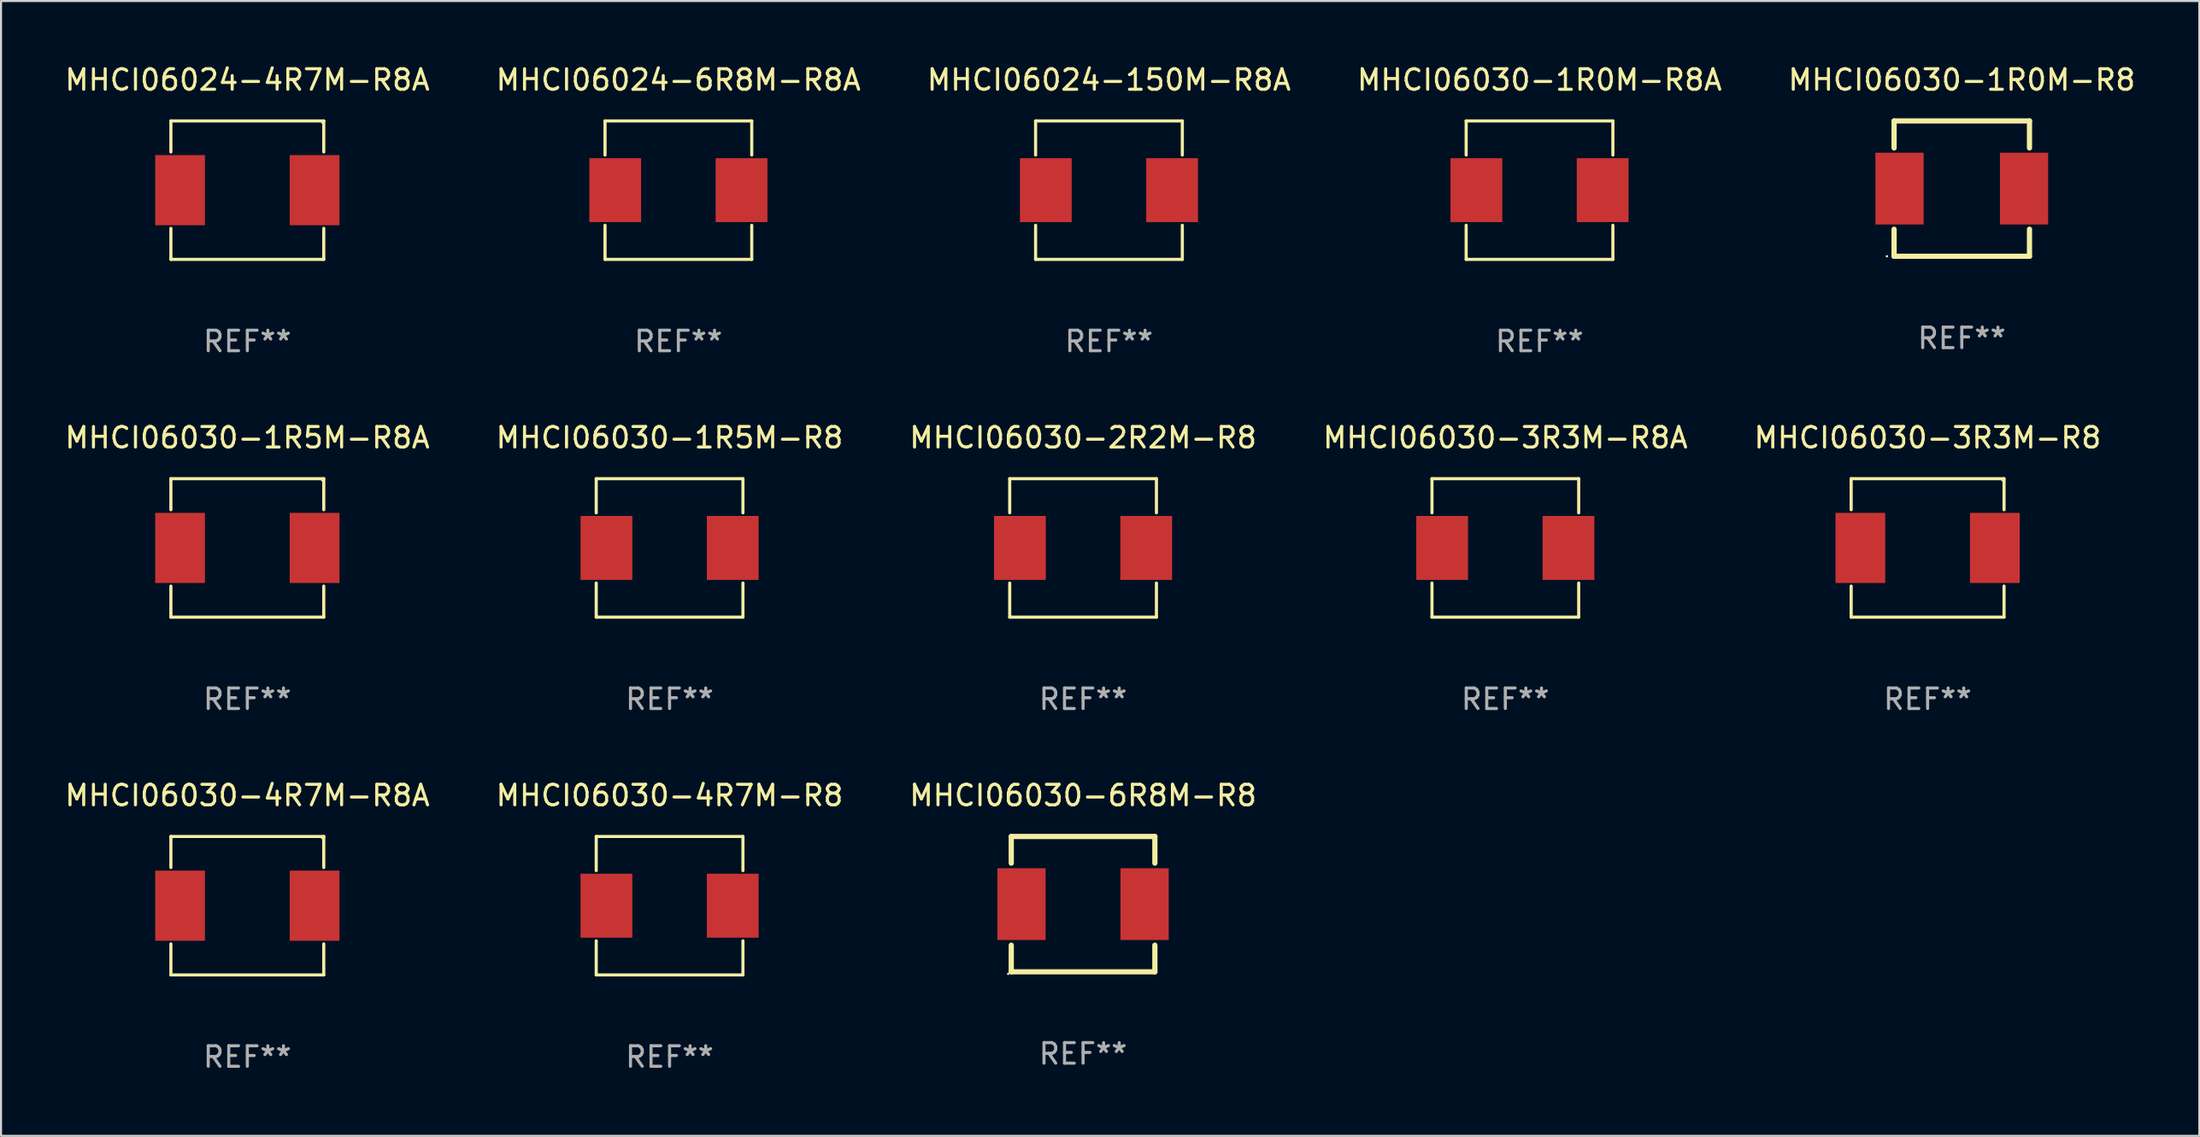
<source format=kicad_pcb>
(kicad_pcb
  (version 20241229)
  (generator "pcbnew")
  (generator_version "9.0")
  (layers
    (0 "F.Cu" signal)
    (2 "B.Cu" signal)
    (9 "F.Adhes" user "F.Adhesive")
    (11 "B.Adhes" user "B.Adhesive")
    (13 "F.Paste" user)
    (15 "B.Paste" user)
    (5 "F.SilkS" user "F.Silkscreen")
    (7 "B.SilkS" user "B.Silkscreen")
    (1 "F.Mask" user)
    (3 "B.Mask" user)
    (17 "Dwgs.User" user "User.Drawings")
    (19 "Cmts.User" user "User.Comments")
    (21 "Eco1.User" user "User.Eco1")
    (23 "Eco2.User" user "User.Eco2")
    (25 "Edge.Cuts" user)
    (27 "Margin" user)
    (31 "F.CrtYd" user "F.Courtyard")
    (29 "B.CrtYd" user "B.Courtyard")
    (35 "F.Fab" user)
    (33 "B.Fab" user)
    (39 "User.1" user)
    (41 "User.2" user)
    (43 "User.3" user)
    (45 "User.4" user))
  (footprint "MHCI06030-1R0M-R8A"
    (layer "F.Cu")
    (at 71.994 6.224)
    (property "Reference" "MHCI06030-1R0M-R8A" (at 0 -5.376 0) (layer "F.SilkS") (effects (font (size 1 1) (thickness 0.15))))
    (attr through_hole)
    (fp_line (start -3.576 -3.376) (end 3.576 -3.376) (stroke (width 0.152) (type solid)) (layer "F.SilkS"))
    (fp_line (start -3.576 -1.712) (end -3.576 -3.376) (stroke (width 0.152) (type solid)) (layer "F.SilkS"))
    (fp_line (start -3.576 1.712) (end -3.576 3.376) (stroke (width 0.152) (type solid)) (layer "F.SilkS"))
    (fp_line (start -3.576 3.376) (end 3.576 3.376) (stroke (width 0.152) (type solid)) (layer "F.SilkS"))
    (fp_line (start 3.576 -3.376) (end 3.576 -1.712) (stroke (width 0.152) (type solid)) (layer "F.SilkS"))
    (fp_line (start 3.576 3.376) (end 3.576 1.712) (stroke (width 0.152) (type solid)) (layer "F.SilkS"))
    (fp_circle (center -3.552 3.307) (end -3.522 3.307) (stroke (width 0.06) (type solid)) (fill no) (layer "F.SilkS"))
    (fp_text user "REF**" (at 0 7.376 0) (layer "F.Fab") (effects (font (size 1 1) (thickness 0.15))))
    (pad "1" smd rect (at -3.078 0) (size 2.524 3.12) (layers "F.Cu" "F.Mask" "F.Paste"))
    (pad "2" smd rect (at 3.078 0) (size 2.524 3.12) (layers "F.Cu" "F.Mask" "F.Paste")))
  (footprint "MHCI06030-3R3M-R8"
    (layer "F.Cu")
    (at 90.911 23.673)
    (property "Reference" "MHCI06030-3R3M-R8" (at 0 -5.376 0) (layer "F.SilkS") (effects (font (size 1 1) (thickness 0.15))))
    (attr through_hole)
    (fp_line (start -3.726 -3.376) (end 3.726 -3.376) (stroke (width 0.152) (type solid)) (layer "F.SilkS"))
    (fp_line (start -3.726 -1.862) (end -3.726 -3.376) (stroke (width 0.152) (type solid)) (layer "F.SilkS"))
    (fp_line (start -3.726 1.862) (end -3.726 3.376) (stroke (width 0.152) (type solid)) (layer "F.SilkS"))
    (fp_line (start -3.726 3.376) (end 3.726 3.376) (stroke (width 0.152) (type solid)) (layer "F.SilkS"))
    (fp_line (start 3.726 -3.376) (end 3.726 -1.862) (stroke (width 0.152) (type solid)) (layer "F.SilkS"))
    (fp_line (start 3.726 3.376) (end 3.726 1.862) (stroke (width 0.152) (type solid)) (layer "F.SilkS"))
    (fp_circle (center 3.65 -3.3) (end 3.68 -3.3) (stroke (width 0.06) (type solid)) (fill no) (layer "F.SilkS"))
    (fp_text user "REF**" (at 0 7.376 0) (layer "F.Fab") (effects (font (size 1 1) (thickness 0.15))))
    (pad "1" smd rect (at 3.278 0) (size 2.424 3.42) (layers "F.Cu" "F.Mask" "F.Paste"))
    (pad "2" smd rect (at -3.278 0) (size 2.424 3.42) (layers "F.Cu" "F.Mask" "F.Paste")))
  (footprint "MHCI06030-1R0M-R8"
    (layer "F.Cu")
    (at 92.577 6.148)
    (property "Reference" "MHCI06030-1R0M-R8" (at 0 -5.3 0) (layer "F.SilkS") (effects (font (size 1 1) (thickness 0.15))))
    (attr through_hole)
    (fp_line (start -3.3 -3.3) (end 3.3 -3.3) (stroke (width 0.254) (type solid)) (layer "F.SilkS"))
    (fp_line (start -3.3 -1.981) (end -3.3 -3.3) (stroke (width 0.254) (type solid)) (layer "F.SilkS"))
    (fp_line (start -3.3 3.3) (end -3.3 1.981) (stroke (width 0.254) (type solid)) (layer "F.SilkS"))
    (fp_line (start 3.3 -3.3) (end 3.3 -1.981) (stroke (width 0.254) (type solid)) (layer "F.SilkS"))
    (fp_line (start 3.3 1.981) (end 3.3 3.3) (stroke (width 0.254) (type solid)) (layer "F.SilkS"))
    (fp_line (start 3.3 3.3) (end -3.3 3.3) (stroke (width 0.254) (type solid)) (layer "F.SilkS"))
    (fp_circle (center -3.65 3.3) (end -3.62 3.3) (stroke (width 0.06) (type solid)) (fill no) (layer "F.SilkS"))
    (fp_text user "REF**" (at 0 7.3 0) (layer "F.Fab") (effects (font (size 1 1) (thickness 0.15))))
    (pad "1" smd rect (at -3.035 0) (size 2.35 3.5) (layers "F.Cu" "F.Mask" "F.Paste"))
    (pad "2" smd rect (at 3.035 0) (size 2.35 3.5) (layers "F.Cu" "F.Mask" "F.Paste")))
  (footprint "MHCI06024-150M-R8A"
    (layer "F.Cu")
    (at 51.006 6.224)
    (property "Reference" "MHCI06024-150M-R8A" (at 0 -5.376 0) (layer "F.SilkS") (effects (font (size 1 1) (thickness 0.15))))
    (attr through_hole)
    (fp_line (start -3.576 -3.376) (end 3.576 -3.376) (stroke (width 0.152) (type solid)) (layer "F.SilkS"))
    (fp_line (start -3.576 -1.712) (end -3.576 -3.376) (stroke (width 0.152) (type solid)) (layer "F.SilkS"))
    (fp_line (start -3.576 1.712) (end -3.576 3.376) (stroke (width 0.152) (type solid)) (layer "F.SilkS"))
    (fp_line (start -3.576 3.376) (end 3.576 3.376) (stroke (width 0.152) (type solid)) (layer "F.SilkS"))
    (fp_line (start 3.576 -3.376) (end 3.576 -1.712) (stroke (width 0.152) (type solid)) (layer "F.SilkS"))
    (fp_line (start 3.576 3.376) (end 3.576 1.712) (stroke (width 0.152) (type solid)) (layer "F.SilkS"))
    (fp_circle (center -3.552 3.307) (end -3.522 3.307) (stroke (width 0.06) (type solid)) (fill no) (layer "F.SilkS"))
    (fp_text user "REF**" (at 0 7.376 0) (layer "F.Fab") (effects (font (size 1 1) (thickness 0.15))))
    (pad "1" smd rect (at -3.078 0) (size 2.524 3.12) (layers "F.Cu" "F.Mask" "F.Paste"))
    (pad "2" smd rect (at 3.078 0) (size 2.524 3.12) (layers "F.Cu" "F.Mask" "F.Paste")))
  (footprint "MHCI06030-1R5M-R8A"
    (layer "F.Cu")
    (at 9.006 23.673)
    (property "Reference" "MHCI06030-1R5M-R8A" (at 0 -5.376 0) (layer "F.SilkS") (effects (font (size 1 1) (thickness 0.15))))
    (attr through_hole)
    (fp_line (start -3.726 -3.376) (end 3.726 -3.376) (stroke (width 0.152) (type solid)) (layer "F.SilkS"))
    (fp_line (start -3.726 -1.862) (end -3.726 -3.376) (stroke (width 0.152) (type solid)) (layer "F.SilkS"))
    (fp_line (start -3.726 1.862) (end -3.726 3.376) (stroke (width 0.152) (type solid)) (layer "F.SilkS"))
    (fp_line (start -3.726 3.376) (end 3.726 3.376) (stroke (width 0.152) (type solid)) (layer "F.SilkS"))
    (fp_line (start 3.726 -3.376) (end 3.726 -1.862) (stroke (width 0.152) (type solid)) (layer "F.SilkS"))
    (fp_line (start 3.726 3.376) (end 3.726 1.862) (stroke (width 0.152) (type solid)) (layer "F.SilkS"))
    (fp_circle (center 3.65 -3.3) (end 3.68 -3.3) (stroke (width 0.06) (type solid)) (fill no) (layer "F.SilkS"))
    (fp_text user "REF**" (at 0 7.376 0) (layer "F.Fab") (effects (font (size 1 1) (thickness 0.15))))
    (pad "1" smd rect (at 3.278 0) (size 2.424 3.42) (layers "F.Cu" "F.Mask" "F.Paste"))
    (pad "2" smd rect (at -3.278 0) (size 2.424 3.42) (layers "F.Cu" "F.Mask" "F.Paste")))
  (footprint "MHCI06030-4R7M-R8"
    (layer "F.Cu")
    (at 29.589 41.122)
    (property "Reference" "MHCI06030-4R7M-R8" (at 0 -5.376 0) (layer "F.SilkS") (effects (font (size 1 1) (thickness 0.15))))
    (attr through_hole)
    (fp_line (start -3.576 -3.376) (end 3.576 -3.376) (stroke (width 0.152) (type solid)) (layer "F.SilkS"))
    (fp_line (start -3.576 -1.712) (end -3.576 -3.376) (stroke (width 0.152) (type solid)) (layer "F.SilkS"))
    (fp_line (start -3.576 1.712) (end -3.576 3.376) (stroke (width 0.152) (type solid)) (layer "F.SilkS"))
    (fp_line (start -3.576 3.376) (end 3.576 3.376) (stroke (width 0.152) (type solid)) (layer "F.SilkS"))
    (fp_line (start 3.576 -3.376) (end 3.576 -1.712) (stroke (width 0.152) (type solid)) (layer "F.SilkS"))
    (fp_line (start 3.576 3.376) (end 3.576 1.712) (stroke (width 0.152) (type solid)) (layer "F.SilkS"))
    (fp_circle (center -3.552 3.307) (end -3.522 3.307) (stroke (width 0.06) (type solid)) (fill no) (layer "F.SilkS"))
    (fp_text user "REF**" (at 0 7.376 0) (layer "F.Fab") (effects (font (size 1 1) (thickness 0.15))))
    (pad "1" smd rect (at -3.078 0) (size 2.524 3.12) (layers "F.Cu" "F.Mask" "F.Paste"))
    (pad "2" smd rect (at 3.078 0) (size 2.524 3.12) (layers "F.Cu" "F.Mask" "F.Paste")))
  (footprint "MHCI06030-6R8M-R8"
    (layer "F.Cu")
    (at 49.744 41.046)
    (property "Reference" "MHCI06030-6R8M-R8" (at 0 -5.3 0) (layer "F.SilkS") (effects (font (size 1 1) (thickness 0.15))))
    (attr through_hole)
    (fp_line (start -3.5 3.3) (end 3.5 3.3) (stroke (width 0.254) (type solid)) (layer "F.SilkS"))
    (fp_line (start -3.5 -3.3) (end -3.5 -2) (stroke (width 0.254) (type solid)) (layer "F.SilkS"))
    (fp_line (start -3.5 -3.3) (end 3.5 -3.3) (stroke (width 0.254) (type solid)) (layer "F.SilkS"))
    (fp_line (start -3.5 2) (end -3.5 3.3) (stroke (width 0.254) (type solid)) (layer "F.SilkS"))
    (fp_line (start 3.5 -3.3) (end 3.5 -2) (stroke (width 0.254) (type solid)) (layer "F.SilkS"))
    (fp_line (start 3.5 2) (end 3.5 3.3) (stroke (width 0.254) (type solid)) (layer "F.SilkS"))
    (fp_circle (center -3.65 3.4) (end -3.62 3.4) (stroke (width 0.06) (type solid)) (fill no) (layer "F.SilkS"))
    (fp_text user "REF**" (at 0 7.3 0) (layer "F.Fab") (effects (font (size 1 1) (thickness 0.15))))
    (pad "1" smd rect (at -3 0) (size 2.35 3.5) (layers "F.Cu" "F.Mask" "F.Paste"))
    (pad "2" smd rect (at 3 0) (size 2.35 3.5) (layers "F.Cu" "F.Mask" "F.Paste")))
  (footprint "MHCI06030-3R3M-R8A"
    (layer "F.Cu")
    (at 70.327 23.673)
    (property "Reference" "MHCI06030-3R3M-R8A" (at 0 -5.376 0) (layer "F.SilkS") (effects (font (size 1 1) (thickness 0.15))))
    (attr through_hole)
    (fp_line (start -3.576 -3.376) (end 3.576 -3.376) (stroke (width 0.152) (type solid)) (layer "F.SilkS"))
    (fp_line (start -3.576 -1.712) (end -3.576 -3.376) (stroke (width 0.152) (type solid)) (layer "F.SilkS"))
    (fp_line (start -3.576 1.712) (end -3.576 3.376) (stroke (width 0.152) (type solid)) (layer "F.SilkS"))
    (fp_line (start -3.576 3.376) (end 3.576 3.376) (stroke (width 0.152) (type solid)) (layer "F.SilkS"))
    (fp_line (start 3.576 -3.376) (end 3.576 -1.712) (stroke (width 0.152) (type solid)) (layer "F.SilkS"))
    (fp_line (start 3.576 3.376) (end 3.576 1.712) (stroke (width 0.152) (type solid)) (layer "F.SilkS"))
    (fp_circle (center -3.552 3.307) (end -3.522 3.307) (stroke (width 0.06) (type solid)) (fill no) (layer "F.SilkS"))
    (fp_text user "REF**" (at 0 7.376 0) (layer "F.Fab") (effects (font (size 1 1) (thickness 0.15))))
    (pad "1" smd rect (at -3.078 0) (size 2.524 3.12) (layers "F.Cu" "F.Mask" "F.Paste"))
    (pad "2" smd rect (at 3.078 0) (size 2.524 3.12) (layers "F.Cu" "F.Mask" "F.Paste")))
  (footprint "MHCI06024-6R8M-R8A"
    (layer "F.Cu")
    (at 30.018 6.224)
    (property "Reference" "MHCI06024-6R8M-R8A" (at 0 -5.376 0) (layer "F.SilkS") (effects (font (size 1 1) (thickness 0.15))))
    (attr through_hole)
    (fp_line (start -3.576 -3.376) (end 3.576 -3.376) (stroke (width 0.152) (type solid)) (layer "F.SilkS"))
    (fp_line (start -3.576 -1.712) (end -3.576 -3.376) (stroke (width 0.152) (type solid)) (layer "F.SilkS"))
    (fp_line (start -3.576 1.712) (end -3.576 3.376) (stroke (width 0.152) (type solid)) (layer "F.SilkS"))
    (fp_line (start -3.576 3.376) (end 3.576 3.376) (stroke (width 0.152) (type solid)) (layer "F.SilkS"))
    (fp_line (start 3.576 -3.376) (end 3.576 -1.712) (stroke (width 0.152) (type solid)) (layer "F.SilkS"))
    (fp_line (start 3.576 3.376) (end 3.576 1.712) (stroke (width 0.152) (type solid)) (layer "F.SilkS"))
    (fp_circle (center -3.552 3.307) (end -3.522 3.307) (stroke (width 0.06) (type solid)) (fill no) (layer "F.SilkS"))
    (fp_text user "REF**" (at 0 7.376 0) (layer "F.Fab") (effects (font (size 1 1) (thickness 0.15))))
    (pad "1" smd rect (at -3.078 0) (size 2.524 3.12) (layers "F.Cu" "F.Mask" "F.Paste"))
    (pad "2" smd rect (at 3.078 0) (size 2.524 3.12) (layers "F.Cu" "F.Mask" "F.Paste")))
  (footprint "MHCI06024-4R7M-R8A"
    (layer "F.Cu")
    (at 9.006 6.224)
    (property "Reference" "MHCI06024-4R7M-R8A" (at 0 -5.376 0) (layer "F.SilkS") (effects (font (size 1 1) (thickness 0.15))))
    (attr through_hole)
    (fp_line (start -3.726 -3.376) (end 3.726 -3.376) (stroke (width 0.152) (type solid)) (layer "F.SilkS"))
    (fp_line (start -3.726 -1.862) (end -3.726 -3.376) (stroke (width 0.152) (type solid)) (layer "F.SilkS"))
    (fp_line (start -3.726 1.862) (end -3.726 3.376) (stroke (width 0.152) (type solid)) (layer "F.SilkS"))
    (fp_line (start -3.726 3.376) (end 3.726 3.376) (stroke (width 0.152) (type solid)) (layer "F.SilkS"))
    (fp_line (start 3.726 -3.376) (end 3.726 -1.862) (stroke (width 0.152) (type solid)) (layer "F.SilkS"))
    (fp_line (start 3.726 3.376) (end 3.726 1.862) (stroke (width 0.152) (type solid)) (layer "F.SilkS"))
    (fp_circle (center 3.65 -3.3) (end 3.68 -3.3) (stroke (width 0.06) (type solid)) (fill no) (layer "F.SilkS"))
    (fp_text user "REF**" (at 0 7.376 0) (layer "F.Fab") (effects (font (size 1 1) (thickness 0.15))))
    (pad "1" smd rect (at 3.278 0) (size 2.424 3.42) (layers "F.Cu" "F.Mask" "F.Paste"))
    (pad "2" smd rect (at -3.278 0) (size 2.424 3.42) (layers "F.Cu" "F.Mask" "F.Paste")))
  (footprint "MHCI06030-1R5M-R8"
    (layer "F.Cu")
    (at 29.589 23.673)
    (property "Reference" "MHCI06030-1R5M-R8" (at 0 -5.376 0) (layer "F.SilkS") (effects (font (size 1 1) (thickness 0.15))))
    (attr through_hole)
    (fp_line (start -3.576 -3.376) (end 3.576 -3.376) (stroke (width 0.152) (type solid)) (layer "F.SilkS"))
    (fp_line (start -3.576 -1.712) (end -3.576 -3.376) (stroke (width 0.152) (type solid)) (layer "F.SilkS"))
    (fp_line (start -3.576 1.712) (end -3.576 3.376) (stroke (width 0.152) (type solid)) (layer "F.SilkS"))
    (fp_line (start -3.576 3.376) (end 3.576 3.376) (stroke (width 0.152) (type solid)) (layer "F.SilkS"))
    (fp_line (start 3.576 -3.376) (end 3.576 -1.712) (stroke (width 0.152) (type solid)) (layer "F.SilkS"))
    (fp_line (start 3.576 3.376) (end 3.576 1.712) (stroke (width 0.152) (type solid)) (layer "F.SilkS"))
    (fp_circle (center -3.552 3.307) (end -3.522 3.307) (stroke (width 0.06) (type solid)) (fill no) (layer "F.SilkS"))
    (fp_text user "REF**" (at 0 7.376 0) (layer "F.Fab") (effects (font (size 1 1) (thickness 0.15))))
    (pad "1" smd rect (at -3.078 0) (size 2.524 3.12) (layers "F.Cu" "F.Mask" "F.Paste"))
    (pad "2" smd rect (at 3.078 0) (size 2.524 3.12) (layers "F.Cu" "F.Mask" "F.Paste")))
  (footprint "MHCI06030-2R2M-R8"
    (layer "F.Cu")
    (at 49.744 23.673)
    (property "Reference" "MHCI06030-2R2M-R8" (at 0 -5.376 0) (layer "F.SilkS") (effects (font (size 1 1) (thickness 0.15))))
    (attr through_hole)
    (fp_line (start -3.576 -3.376) (end 3.576 -3.376) (stroke (width 0.152) (type solid)) (layer "F.SilkS"))
    (fp_line (start -3.576 -1.712) (end -3.576 -3.376) (stroke (width 0.152) (type solid)) (layer "F.SilkS"))
    (fp_line (start -3.576 1.712) (end -3.576 3.376) (stroke (width 0.152) (type solid)) (layer "F.SilkS"))
    (fp_line (start -3.576 3.376) (end 3.576 3.376) (stroke (width 0.152) (type solid)) (layer "F.SilkS"))
    (fp_line (start 3.576 -3.376) (end 3.576 -1.712) (stroke (width 0.152) (type solid)) (layer "F.SilkS"))
    (fp_line (start 3.576 3.376) (end 3.576 1.712) (stroke (width 0.152) (type solid)) (layer "F.SilkS"))
    (fp_circle (center -3.552 3.307) (end -3.522 3.307) (stroke (width 0.06) (type solid)) (fill no) (layer "F.SilkS"))
    (fp_text user "REF**" (at 0 7.376 0) (layer "F.Fab") (effects (font (size 1 1) (thickness 0.15))))
    (pad "1" smd rect (at -3.078 0) (size 2.524 3.12) (layers "F.Cu" "F.Mask" "F.Paste"))
    (pad "2" smd rect (at 3.078 0) (size 2.524 3.12) (layers "F.Cu" "F.Mask" "F.Paste")))
  (footprint "MHCI06030-4R7M-R8A"
    (layer "F.Cu")
    (at 9.006 41.122)
    (property "Reference" "MHCI06030-4R7M-R8A" (at 0 -5.376 0) (layer "F.SilkS") (effects (font (size 1 1) (thickness 0.15))))
    (attr through_hole)
    (fp_line (start -3.726 -3.376) (end 3.726 -3.376) (stroke (width 0.152) (type solid)) (layer "F.SilkS"))
    (fp_line (start -3.726 -1.862) (end -3.726 -3.376) (stroke (width 0.152) (type solid)) (layer "F.SilkS"))
    (fp_line (start -3.726 1.862) (end -3.726 3.376) (stroke (width 0.152) (type solid)) (layer "F.SilkS"))
    (fp_line (start -3.726 3.376) (end 3.726 3.376) (stroke (width 0.152) (type solid)) (layer "F.SilkS"))
    (fp_line (start 3.726 -3.376) (end 3.726 -1.862) (stroke (width 0.152) (type solid)) (layer "F.SilkS"))
    (fp_line (start 3.726 3.376) (end 3.726 1.862) (stroke (width 0.152) (type solid)) (layer "F.SilkS"))
    (fp_circle (center 3.65 -3.3) (end 3.68 -3.3) (stroke (width 0.06) (type solid)) (fill no) (layer "F.SilkS"))
    (fp_text user "REF**" (at 0 7.376 0) (layer "F.Fab") (effects (font (size 1 1) (thickness 0.15))))
    (pad "1" smd rect (at 3.278 0) (size 2.424 3.42) (layers "F.Cu" "F.Mask" "F.Paste"))
    (pad "2" smd rect (at -3.278 0) (size 2.424 3.42) (layers "F.Cu" "F.Mask" "F.Paste")))
  (gr_rect
    (start -3 -3)
    (end 104.155 52.347)
    (stroke (width 0.1) (type default))
    (fill no)
    (layer "Edge.Cuts")))
</source>
